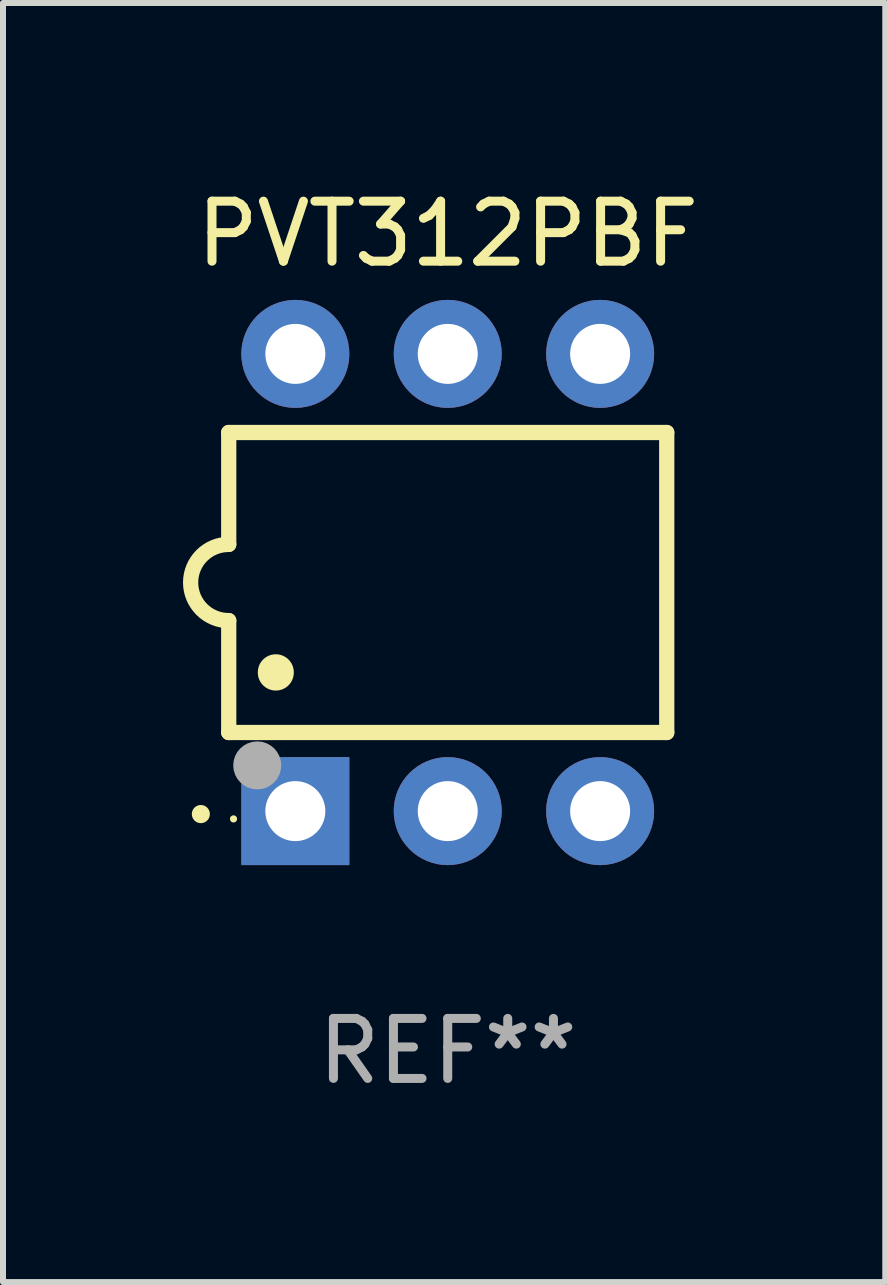
<source format=kicad_pcb>
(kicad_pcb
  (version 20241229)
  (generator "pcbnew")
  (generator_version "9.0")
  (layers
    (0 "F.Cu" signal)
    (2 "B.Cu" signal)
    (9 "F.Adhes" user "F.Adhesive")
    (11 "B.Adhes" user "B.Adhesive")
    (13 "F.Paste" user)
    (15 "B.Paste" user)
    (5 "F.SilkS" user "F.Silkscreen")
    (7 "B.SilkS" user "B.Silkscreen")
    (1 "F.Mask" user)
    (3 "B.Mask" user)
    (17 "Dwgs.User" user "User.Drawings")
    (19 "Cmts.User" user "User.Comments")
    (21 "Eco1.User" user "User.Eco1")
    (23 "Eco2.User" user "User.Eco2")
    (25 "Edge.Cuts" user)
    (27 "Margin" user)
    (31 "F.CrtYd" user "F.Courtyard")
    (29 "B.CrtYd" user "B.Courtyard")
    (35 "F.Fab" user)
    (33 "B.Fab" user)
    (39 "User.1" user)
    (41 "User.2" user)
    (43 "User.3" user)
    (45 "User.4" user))
  (footprint "PVT312PBF"
    (layer "F.Cu")
    (at 4.412 6.658)
    (property "Reference" "PVT312PBF" (at 0 -5.81 0) (layer "F.SilkS") (effects (font (size 1 1) (thickness 0.15))))
    (attr through_hole)
    (fp_line (start -3.65 -2.5) (end 3.65 -2.5) (stroke (width 0.254) (type solid)) (layer "F.SilkS"))
    (fp_line (start -3.65 -0.635) (end -3.65 -2.5) (stroke (width 0.254) (type solid)) (layer "F.SilkS"))
    (fp_line (start -3.65 0.635) (end -3.65 2.5) (stroke (width 0.254) (type solid)) (layer "F.SilkS"))
    (fp_line (start -3.65 2.5) (end 3.65 2.5) (stroke (width 0.254) (type solid)) (layer "F.SilkS"))
    (fp_line (start 3.65 -2.5) (end 3.65 2.5) (stroke (width 0.254) (type solid)) (layer "F.SilkS"))
    (fp_arc (start -4.114808 3.860808) (mid -4.114813 3.859538) (end -4.114808 3.858268) (stroke (width 0.3) (type solid)) (layer "F.SilkS"))
    (fp_arc (start -3.650013 0.635001) (mid -4.285014 0) (end -3.650013 -0.635001) (stroke (width 0.254001) (type solid)) (layer "F.SilkS"))
    (fp_arc (start -2.865405 1.501143) (mid -2.865416 1.498603) (end -2.865405 1.496063) (stroke (width 0.6) (type solid)) (layer "F.SilkS"))
    (fp_circle (center -3.57 3.94) (end -3.54 3.94) (stroke (width 0.06) (type solid)) (fill no) (layer "F.SilkS"))
    (fp_circle (center -3.175 3.048) (end -2.975 3.048) (stroke (width 0.4) (type solid)) (fill no) (layer "F.Fab"))
    (fp_text user "REF**" (at 0 7.81 0) (layer "F.Fab") (effects (font (size 1 1) (thickness 0.15))))
    (pad "1" thru_hole rect (at -2.54 3.81 90) (size 1.8 1.8) (drill 1) (layers "*.Cu" "*.Mask"))
    (pad "2" thru_hole circle (at 0 3.81) (size 1.8 1.8) (drill 1) (layers "*.Cu" "*.Mask"))
    (pad "3" thru_hole circle (at 2.54 3.81) (size 1.8 1.8) (drill 1) (layers "*.Cu" "*.Mask"))
    (pad "4" thru_hole circle (at 2.54 -3.81) (size 1.8 1.8) (drill 1) (layers "*.Cu" "*.Mask"))
    (pad "5" thru_hole circle (at 0 -3.81) (size 1.8 1.8) (drill 1) (layers "*.Cu" "*.Mask"))
    (pad "6" thru_hole circle (at -2.54 -3.81) (size 1.8 1.8) (drill 1) (layers "*.Cu" "*.Mask")))
  (gr_rect
    (start -3 -3)
    (end 11.704 18.317)
    (stroke (width 0.1) (type default))
    (fill no)
    (layer "Edge.Cuts")))
</source>
